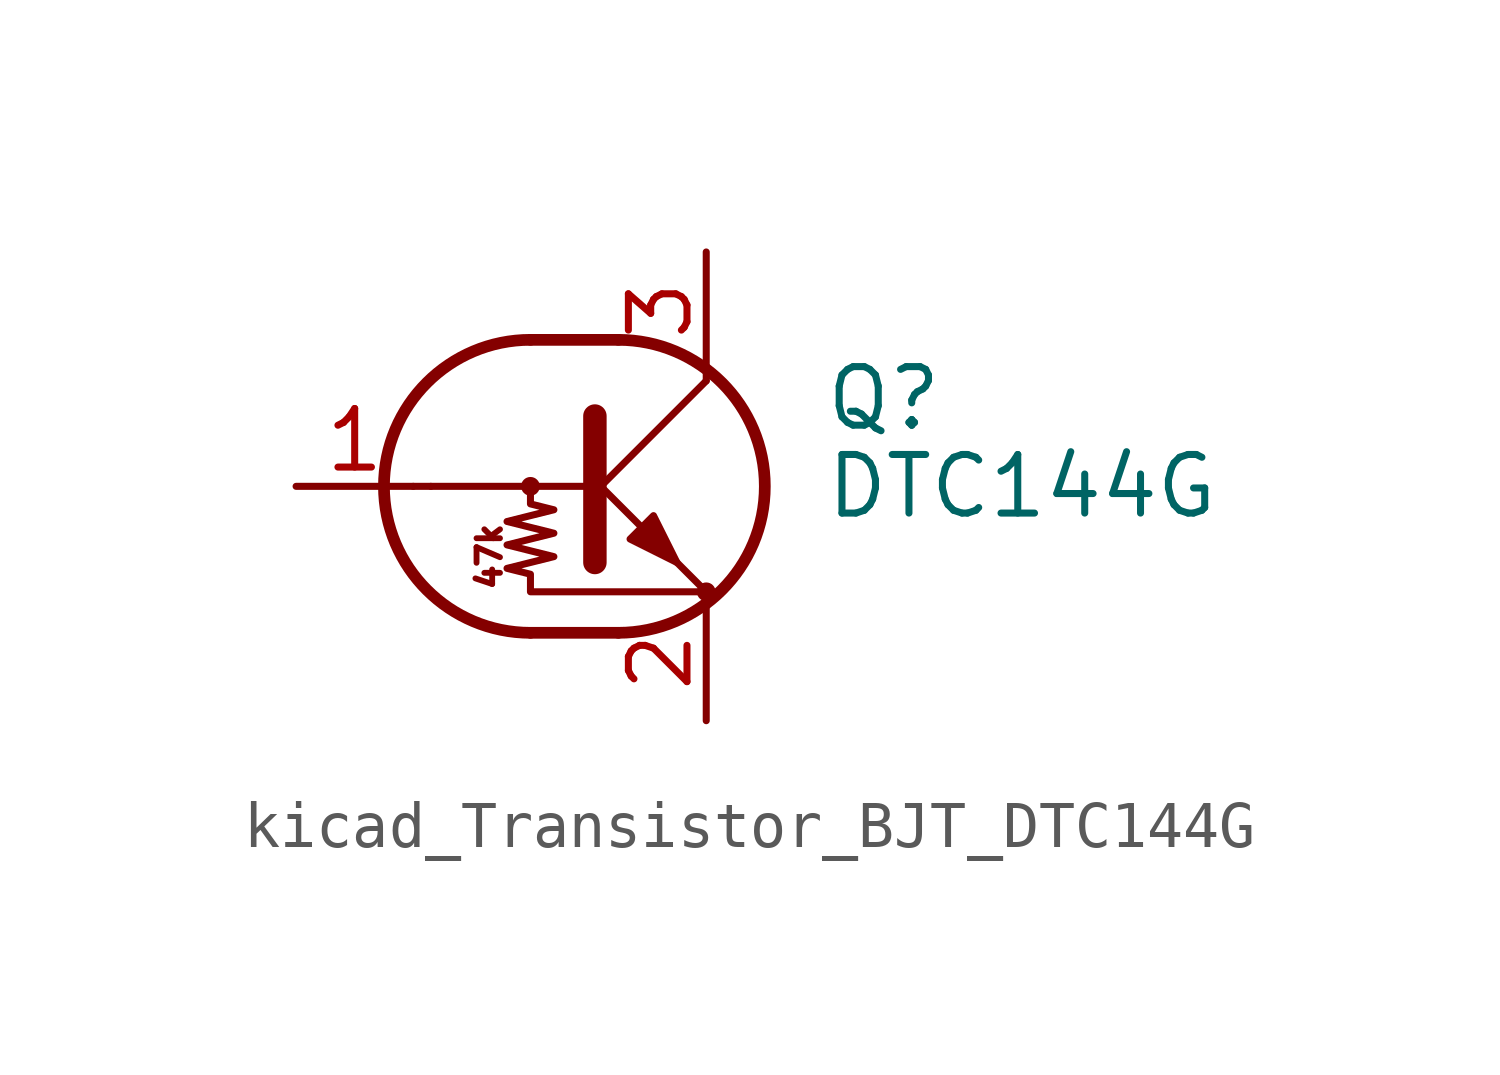
<source format=kicad_sym>
(kicad_symbol_lib
  (version 20220914)
  (generator kicad_symbol_editor)
  (symbol "kicad_Transistor_BJT_DTC144G"
    (pin_names
      (offset 0) hide)
    (property "Reference" "Q"
      (at 5.08 1.905 0)
      (effects (font (size 1.27 1.27)) (justify left)))
    (property "Value" "DTC144G"
      (at 5.08 0 0)
      (effects (font (size 1.27 1.27)) (justify left)))
    (symbol "kicad_Transistor_BJT_DTC144G_0_0"
      (polyline (pts (xy -3.429 0) (xy 0 0)) (stroke (width 0) (type default)) (fill (type none)))
      (text "47k" (at -2.159 -1.524 900) (effects (font (size 0.508 0.508)))))
    (symbol "kicad_Transistor_BJT_DTC144G_0_1"
      (circle (center -1.27 0) (radius 0.127) (stroke (width 0) (type default)) (fill (type none)))
      (arc (start -1.27 3.175) (mid -4.4312 0) (end -1.27 -3.175) (stroke (width 0.254) (type default)) (fill (type none)))
      (polyline (pts (xy -3.429 0) (xy -3.81 0)) (stroke (width 0) (type default)) (fill (type none)))
      (polyline (pts (xy -1.27 -3.175) (xy 0.635 -3.175)) (stroke (width 0.254) (type default)) (fill (type none)))
      (polyline (pts (xy -1.27 3.175) (xy 0.635 3.175)) (stroke (width 0.254) (type default)) (fill (type none)))
      (polyline (pts (xy 0 -0.254) (xy 2.54 2.286)) (stroke (width 0) (type default)) (fill (type none)))
      (polyline (pts (xy 0.127 1.524) (xy 0.127 -1.651)) (stroke (width 0.508) (type default)) (fill (type outline)))
      (polyline (pts (xy 2.54 2.286) (xy 2.54 2.54)) (stroke (width 0) (type default)) (fill (type none)))
      (polyline (pts (xy 2.54 -2.286) (xy 0 0.254) (xy 0 0.254)) (stroke (width 0) (type default)) (fill (type none)))
      (polyline (pts (xy 0.889 -1.143) (xy 1.397 -0.635) (xy 1.905 -1.651) (xy 0.889 -1.143)) (stroke (width 0) (type default)) (fill (type outline)))
      (polyline (pts (xy -1.27 0) (xy -1.27 -0.381) (xy -0.762 -0.508) (xy -1.778 -0.762) (xy -0.762 -1.016) (xy -1.778 -1.27) (xy -0.762 -1.524) (xy -1.778 -1.778) (xy -1.27 -1.905) (xy -1.27 -2.286) (xy 2.54 -2.286)) (stroke (width 0) (type default)) (fill (type none)))
      (arc (start 0.635 -3.175) (mid 3.7962 0) (end 0.635 3.175) (stroke (width 0.254) (type default)) (fill (type none)))
      (circle (center 2.54 -2.286) (radius 0.127) (stroke (width 0) (type default)) (fill (type none))))
    (symbol "kicad_Transistor_BJT_DTC144G_1_1"
      (pin input line (at -6.35 0 0) (length 2.54) (name "B" (effects (font (size 1.27 1.27)))) (number "1" (effects (font (size 1.27 1.27)))))
      (pin passive line (at 2.54 -5.08 90) (length 2.54) (name "E" (effects (font (size 1.27 1.27)))) (number "2" (effects (font (size 1.27 1.27)))))
      (pin passive line (at 2.54 5.08 270) (length 2.54) (name "C" (effects (font (size 1.27 1.27)))) (number "3" (effects (font (size 1.27 1.27))))))))
</source>
